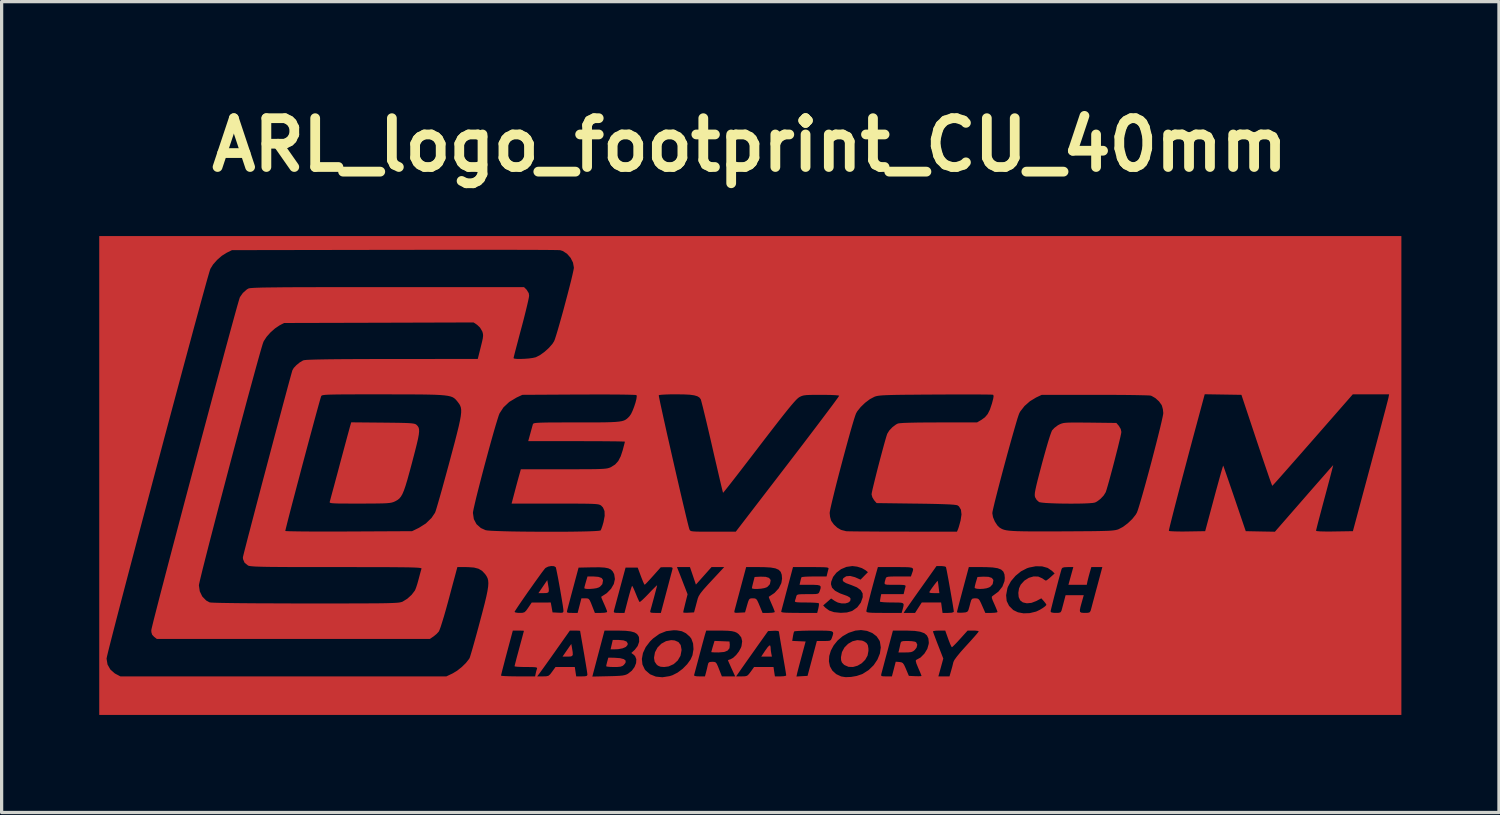
<source format=kicad_pcb>
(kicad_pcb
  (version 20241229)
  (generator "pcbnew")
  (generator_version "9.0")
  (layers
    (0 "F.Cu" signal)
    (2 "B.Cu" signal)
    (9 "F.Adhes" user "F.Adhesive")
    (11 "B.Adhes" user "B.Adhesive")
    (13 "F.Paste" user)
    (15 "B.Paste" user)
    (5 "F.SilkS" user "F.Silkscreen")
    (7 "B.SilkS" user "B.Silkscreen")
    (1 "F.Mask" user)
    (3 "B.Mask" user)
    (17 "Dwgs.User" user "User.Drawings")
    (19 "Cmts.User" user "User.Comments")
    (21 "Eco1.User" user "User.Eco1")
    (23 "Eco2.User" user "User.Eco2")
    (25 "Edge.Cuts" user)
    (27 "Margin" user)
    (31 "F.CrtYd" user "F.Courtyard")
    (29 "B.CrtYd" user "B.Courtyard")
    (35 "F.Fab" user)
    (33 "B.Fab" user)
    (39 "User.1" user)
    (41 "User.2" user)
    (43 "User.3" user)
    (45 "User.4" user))
  (footprint "ARL_logo_footprint_CU_40mm"
    (layer "F.Cu")
    (at 19.994 11.564)
    (property "Reference" "ARL_logo_footprint_CU_40mm" (at 0 -10.16 0) (layer "F.SilkS") (effects (font (size 1.5 1.5) (thickness 0.3))))
    (attr board_only exclude_from_pos_files exclude_from_bom)
    (fp_poly (pts (xy -6.201 3.343) (xy -6.179 3.474) (xy -6.176 3.554) (xy -6.197 3.596) (xy -6.249 3.612) (xy -6.335 3.615) (xy -6.496 3.615) (xy -6.36 3.415) (xy -6.224 3.215)) (stroke (width 0) (type solid)) (fill yes) (layer "F.Cu"))
    (fp_poly (pts (xy -5.464 5.299) (xy -5.443 5.429) (xy -5.44 5.508) (xy -5.462 5.548) (xy -5.516 5.564) (xy -5.597 5.566) (xy -5.755 5.566) (xy -5.621 5.371) (xy -5.486 5.177)) (stroke (width 0) (type solid)) (fill yes) (layer "F.Cu"))
    (fp_poly (pts (xy 0.64 5.277) (xy 0.64 5.29) (xy 0.646 5.378) (xy 0.66 5.466) (xy 0.68 5.566) (xy 0.516 5.566) (xy 0.351 5.566) (xy 0.468 5.39) (xy 0.546 5.281) (xy 0.598 5.227) (xy 0.628 5.226)) (stroke (width 0) (type solid)) (fill yes) (layer "F.Cu"))
    (fp_poly (pts (xy -3.881 5.067) (xy -3.787 5.103) (xy -3.751 5.164) (xy -3.757 5.208) (xy -3.807 5.267) (xy -3.908 5.312) (xy -4.048 5.338) (xy -4.146 5.342) (xy -4.278 5.342) (xy -4.245 5.198) (xy -4.212 5.054) (xy -4.031 5.054)) (stroke (width 0) (type solid)) (fill yes) (layer "F.Cu"))
    (fp_poly (pts (xy 5.782 3.272) (xy 5.794 3.351) (xy 5.804 3.431) (xy 5.827 3.615) (xy 5.663 3.615) (xy 5.564 3.611) (xy 5.521 3.597) (xy 5.521 3.575) (xy 5.56 3.515) (xy 5.615 3.436) (xy 5.676 3.354) (xy 5.73 3.285) (xy 5.766 3.243) (xy 5.774 3.237)) (stroke (width 0) (type solid)) (fill yes) (layer "F.Cu"))
    (fp_poly (pts (xy -0.854 5.093) (xy -0.624 5.102) (xy -0.614 5.203) (xy -0.624 5.309) (xy -0.682 5.381) (xy -0.791 5.424) (xy -0.955 5.438) (xy -0.966 5.438) (xy -1.074 5.437) (xy -1.153 5.433) (xy -1.184 5.428) (xy -1.184 5.428) (xy -1.175 5.394) (xy -1.154 5.318) (xy -1.134 5.251) (xy -1.084 5.084)) (stroke (width 0) (type solid)) (fill yes) (layer "F.Cu"))
    (fp_poly (pts (xy -4.654 3.115) (xy -4.555 3.149) (xy -4.513 3.209) (xy -4.511 3.229) (xy -4.532 3.34) (xy -4.604 3.418) (xy -4.641 3.44) (xy -4.71 3.463) (xy -4.806 3.478) (xy -4.911 3.486) (xy -5.005 3.486) (xy -5.069 3.476) (xy -5.086 3.461) (xy -5.078 3.417) (xy -5.056 3.335) (xy -5.037 3.269) (xy -4.988 3.103) (xy -4.811 3.103)) (stroke (width 0) (type solid)) (fill yes) (layer "F.Cu"))
    (fp_poly (pts (xy -4.165 5.601) (xy -3.988 5.614) (xy -3.87 5.644) (xy -3.814 5.691) (xy -3.819 5.755) (xy -3.869 5.82) (xy -3.915 5.855) (xy -3.977 5.876) (xy -4.073 5.885) (xy -4.175 5.886) (xy -4.289 5.883) (xy -4.374 5.875) (xy -4.413 5.864) (xy -4.414 5.862) (xy -4.406 5.818) (xy -4.387 5.74) (xy -4.381 5.718) (xy -4.348 5.598)) (stroke (width 0) (type solid)) (fill yes) (layer "F.Cu"))
    (fp_poly (pts (xy 0.486 3.114) (xy 0.59 3.146) (xy 0.637 3.205) (xy 0.64 3.229) (xy 0.618 3.34) (xy 0.547 3.418) (xy 0.51 3.44) (xy 0.442 3.462) (xy 0.346 3.478) (xy 0.242 3.486) (xy 0.148 3.486) (xy 0.083 3.477) (xy 0.065 3.463) (xy 0.072 3.42) (xy 0.092 3.338) (xy 0.107 3.279) (xy 0.148 3.119) (xy 0.329 3.109)) (stroke (width 0) (type solid)) (fill yes) (layer "F.Cu"))
    (fp_poly (pts (xy 7.333 3.114) (xy 7.436 3.146) (xy 7.483 3.205) (xy 7.486 3.229) (xy 7.464 3.34) (xy 7.393 3.418) (xy 7.355 3.44) (xy 7.277 3.466) (xy 7.176 3.482) (xy 7.071 3.487) (xy 6.98 3.481) (xy 6.922 3.464) (xy 6.91 3.447) (xy 6.919 3.394) (xy 6.941 3.306) (xy 6.954 3.263) (xy 6.997 3.119) (xy 7.176 3.109)) (stroke (width 0) (type solid)) (fill yes) (layer "F.Cu"))
    (fp_poly (pts (xy 4.982 5.092) (xy 5.073 5.107) (xy 5.112 5.125) (xy 5.148 5.2) (xy 5.126 5.289) (xy 5.072 5.36) (xy 5.019 5.403) (xy 4.958 5.427) (xy 4.867 5.437) (xy 4.78 5.438) (xy 4.568 5.438) (xy 4.589 5.355) (xy 4.612 5.256) (xy 4.628 5.179) (xy 4.641 5.13) (xy 4.665 5.102) (xy 4.716 5.09) (xy 4.809 5.086) (xy 4.86 5.086)) (stroke (width 0) (type solid)) (fill yes) (layer "F.Cu"))
    (fp_poly (pts (xy -2.309 5.069) (xy -2.193 5.119) (xy -2.124 5.21) (xy -2.098 5.346) (xy -2.098 5.375) (xy -2.13 5.541) (xy -2.214 5.685) (xy -2.34 5.798) (xy -2.495 5.868) (xy -2.633 5.886) (xy -2.745 5.877) (xy -2.823 5.844) (xy -2.865 5.808) (xy -2.924 5.721) (xy -2.943 5.609) (xy -2.943 5.598) (xy -2.914 5.433) (xy -2.836 5.287) (xy -2.719 5.17) (xy -2.575 5.091) (xy -2.416 5.059)) (stroke (width 0) (type solid)) (fill yes) (layer "F.Cu"))
    (fp_poly (pts (xy 3.45 5.074) (xy 3.517 5.101) (xy 3.589 5.15) (xy 3.629 5.215) (xy 3.645 5.314) (xy 3.647 5.388) (xy 3.62 5.534) (xy 3.547 5.664) (xy 3.441 5.77) (xy 3.312 5.846) (xy 3.173 5.885) (xy 3.036 5.881) (xy 2.912 5.827) (xy 2.889 5.809) (xy 2.831 5.747) (xy 2.806 5.676) (xy 2.802 5.586) (xy 2.833 5.426) (xy 2.909 5.286) (xy 3.021 5.173) (xy 3.156 5.095) (xy 3.303 5.06)) (stroke (width 0) (type solid)) (fill yes) (layer "F.Cu"))
    (fp_poly (pts (xy -11.278 -1.625) (xy -11.002 -1.622) (xy -10.782 -1.619) (xy -10.612 -1.615) (xy -10.484 -1.61) (xy -10.392 -1.603) (xy -10.329 -1.594) (xy -10.286 -1.583) (xy -10.258 -1.569) (xy -10.242 -1.556) (xy -10.206 -1.519) (xy -10.18 -1.477) (xy -10.165 -1.424) (xy -10.163 -1.352) (xy -10.173 -1.254) (xy -10.197 -1.125) (xy -10.236 -0.957) (xy -10.29 -0.742) (xy -10.36 -0.475) (xy -10.381 -0.393) (xy -10.459 -0.104) (xy -10.524 0.131) (xy -10.58 0.317) (xy -10.63 0.461) (xy -10.676 0.569) (xy -10.723 0.65) (xy -10.771 0.708) (xy -10.826 0.752) (xy -10.89 0.788) (xy -10.921 0.803) (xy -10.964 0.82) (xy -11.014 0.834) (xy -11.078 0.844) (xy -11.165 0.852) (xy -11.281 0.857) (xy -11.435 0.86) (xy -11.635 0.862) (xy -11.889 0.863) (xy -11.99 0.863) (xy -12.26 0.863) (xy -12.472 0.862) (xy -12.633 0.861) (xy -12.751 0.857) (xy -12.83 0.852) (xy -12.88 0.845) (xy -12.905 0.834) (xy -12.912 0.821) (xy -12.91 0.806) (xy -12.897 0.762) (xy -12.871 0.664) (xy -12.832 0.519) (xy -12.782 0.336) (xy -12.725 0.123) (xy -12.661 -0.114) (xy -12.619 -0.274) (xy -12.551 -0.528) (xy -12.486 -0.769) (xy -12.427 -0.989) (xy -12.376 -1.179) (xy -12.335 -1.329) (xy -12.307 -1.432) (xy -12.298 -1.465) (xy -12.25 -1.634)) (stroke (width 0) (type solid)) (fill yes) (layer "F.Cu"))
    (fp_poly (pts (xy 10.108 -1.628) (xy 10.33 -1.626) (xy 10.456 -1.625) (xy 11.266 -1.615) (xy 11.343 -1.526) (xy 11.401 -1.429) (xy 11.42 -1.339) (xy 11.412 -1.287) (xy 11.39 -1.183) (xy 11.355 -1.037) (xy 11.312 -0.859) (xy 11.261 -0.66) (xy 11.207 -0.448) (xy 11.151 -0.235) (xy 11.096 -0.03) (xy 11.045 0.158) (xy 11 0.317) (xy 10.964 0.439) (xy 10.939 0.513) (xy 10.938 0.516) (xy 10.876 0.615) (xy 10.779 0.718) (xy 10.67 0.8) (xy 10.611 0.83) (xy 10.543 0.843) (xy 10.424 0.853) (xy 10.265 0.86) (xy 10.078 0.864) (xy 9.873 0.865) (xy 9.662 0.864) (xy 9.456 0.86) (xy 9.266 0.853) (xy 9.102 0.845) (xy 8.977 0.833) (xy 8.901 0.82) (xy 8.889 0.815) (xy 8.818 0.752) (xy 8.768 0.667) (xy 8.76 0.631) (xy 8.758 0.586) (xy 8.763 0.522) (xy 8.779 0.435) (xy 8.805 0.315) (xy 8.843 0.157) (xy 8.896 -0.047) (xy 8.964 -0.304) (xy 8.979 -0.362) (xy 9.045 -0.603) (xy 9.108 -0.827) (xy 9.166 -1.026) (xy 9.217 -1.19) (xy 9.259 -1.311) (xy 9.287 -1.38) (xy 9.292 -1.388) (xy 9.361 -1.463) (xy 9.459 -1.537) (xy 9.501 -1.561) (xy 9.547 -1.583) (xy 9.593 -1.6) (xy 9.646 -1.613) (xy 9.715 -1.621) (xy 9.809 -1.626) (xy 9.937 -1.628)) (stroke (width 0) (type solid)) (fill yes) (layer "F.Cu"))
    (pad "1" smd custom (at 10.16 -5.08) (size 1.524 1.524) (layers "F.Cu" "F.Mask" "F.Paste") (options (anchor circle)) (primitives (gr_poly (pts (xy 9.866 5.08) (xy 9.866 12.438) (xy -10.144 12.438) (xy -30.154 12.438) (xy -30.154 11.26) (xy -14.999 11.26) (xy -14.507 11.249) (xy -14.313 11.244) (xy -14.17 11.237) (xy -14.068 11.227) (xy -13.995 11.212) (xy -13.939 11.191) (xy -13.903 11.172) (xy -13.786 11.08) (xy -13.702 10.966) (xy -13.654 10.845) (xy -13.647 10.729) (xy -13.651 10.717) (xy -13.477 10.717) (xy -13.459 10.889) (xy -13.387 11.04) (xy -13.365 11.068) (xy -13.223 11.19) (xy -13.047 11.261) (xy -12.846 11.281) (xy -12.628 11.247) (xy -12.536 11.218) (xy -12.528 11.214) (xy -11.872 11.214) (xy -11.86 11.239) (xy -11.796 11.251) (xy -11.712 11.254) (xy -11.538 11.254) (xy -11.505 11.132) (xy -11.477 11.021) (xy -11.453 10.915) (xy -11.452 10.908) (xy -11.432 10.841) (xy -11.393 10.812) (xy -11.313 10.806) (xy -11.313 10.806) (xy -11.251 10.809) (xy -11.21 10.824) (xy -11.176 10.866) (xy -11.139 10.946) (xy -11.106 11.03) (xy -11.018 11.254) (xy -10.814 11.254) (xy -10.609 11.254) (xy -10.58 11.254) (xy -10.407 11.254) (xy -10.306 11.251) (xy -10.242 11.234) (xy -10.191 11.188) (xy -10.131 11.11) (xy -10.028 10.966) (xy -9.73 10.966) (xy -9.431 10.966) (xy -9.41 11.11) (xy -9.388 11.254) (xy -9.214 11.254) (xy -9.119 11.249) (xy -9.055 11.236) (xy -9.04 11.223) (xy -9.046 11.184) (xy -9.06 11.091) (xy -9.083 10.955) (xy -9.112 10.787) (xy -9.145 10.594) (xy -9.152 10.55) (xy -9.186 10.354) (xy -9.216 10.179) (xy -9.219 10.163) (xy -8.856 10.163) (xy -8.65 10.173) (xy -8.444 10.182) (xy -8.565 10.63) (xy -8.61 10.798) (xy -8.651 10.95) (xy -8.683 11.074) (xy -8.703 11.153) (xy -8.706 11.168) (xy -8.726 11.258) (xy -8.556 11.248) (xy -8.385 11.238) (xy -8.265 10.79) (xy -7.728 10.79) (xy -7.698 10.942) (xy -7.623 11.076) (xy -7.503 11.185) (xy -7.352 11.256) (xy -7.216 11.278) (xy -7.048 11.271) (xy -6.872 11.24) (xy -6.823 11.223) (xy -6.124 11.223) (xy -6.106 11.245) (xy -6.049 11.253) (xy -5.964 11.254) (xy -5.792 11.254) (xy -5.733 11.028) (xy -5.675 10.803) (xy -5.561 10.812) (xy -5.499 10.822) (xy -5.456 10.846) (xy -5.419 10.898) (xy -5.375 10.992) (xy -5.359 11.03) (xy -5.271 11.238) (xy -5.076 11.248) (xy -4.974 11.25) (xy -4.904 11.247) (xy -4.882 11.24) (xy -4.894 11.205) (xy -4.926 11.126) (xy -4.972 11.02) (xy -4.984 10.993) (xy -5.039 10.858) (xy -5.06 10.777) (xy -5.05 10.75) (xy -4.913 10.675) (xy -4.793 10.554) (xy -4.704 10.408) (xy -4.661 10.254) (xy -4.658 10.214) (xy -4.671 10.09) (xy -4.715 9.996) (xy -4.796 9.927) (xy -4.921 9.882) (xy -4.998 9.87) (xy -4.53 9.87) (xy -4.519 9.908) (xy -4.488 9.993) (xy -4.443 10.114) (xy -4.387 10.259) (xy -4.371 10.3) (xy -4.213 10.706) (xy -4.288 10.98) (xy -4.364 11.254) (xy -4.193 11.254) (xy -4.022 11.254) (xy -3.972 11.079) (xy -3.939 10.963) (xy -3.913 10.858) (xy -3.902 10.812) (xy -3.871 10.748) (xy -3.796 10.645) (xy -3.682 10.506) (xy -3.53 10.336) (xy -3.503 10.307) (xy -3.38 10.172) (xy -3.273 10.052) (xy -3.19 9.957) (xy -3.138 9.893) (xy -3.123 9.87) (xy -3.151 9.857) (xy -3.225 9.848) (xy -3.294 9.846) (xy -3.465 9.846) (xy -3.696 10.102) (xy -3.792 10.207) (xy -3.873 10.29) (xy -3.929 10.344) (xy -3.949 10.358) (xy -3.969 10.33) (xy -4.003 10.256) (xy -4.045 10.148) (xy -4.062 10.102) (xy -4.153 9.846) (xy -4.341 9.846) (xy -4.442 9.85) (xy -4.51 9.86) (xy -4.53 9.87) (xy -4.998 9.87) (xy -5.094 9.856) (xy -5.324 9.847) (xy -5.368 9.847) (xy -5.761 9.847) (xy -5.93 10.478) (xy -5.983 10.674) (xy -6.03 10.852) (xy -6.07 11.003) (xy -6.1 11.114) (xy -6.117 11.177) (xy -6.118 11.182) (xy -6.124 11.223) (xy -6.823 11.223) (xy -6.714 11.187) (xy -6.69 11.176) (xy -6.506 11.059) (xy -6.352 10.909) (xy -6.236 10.736) (xy -6.161 10.551) (xy -6.134 10.366) (xy -6.16 10.191) (xy -6.174 10.154) (xy -6.261 10.024) (xy -6.394 9.922) (xy -6.558 9.856) (xy -6.741 9.83) (xy -6.914 9.847) (xy -7.124 9.916) (xy -7.307 10.02) (xy -7.46 10.15) (xy -7.581 10.3) (xy -7.668 10.461) (xy -7.718 10.627) (xy -7.728 10.79) (xy -8.265 10.79) (xy -8.242 10.702) (xy -8.099 10.166) (xy -7.885 10.166) (xy -7.771 10.165) (xy -7.704 10.157) (xy -7.667 10.134) (xy -7.645 10.091) (xy -7.636 10.066) (xy -7.61 9.991) (xy -7.597 9.935) (xy -7.604 9.896) (xy -7.638 9.87) (xy -7.707 9.856) (xy -7.819 9.849) (xy -7.98 9.847) (xy -8.191 9.846) (xy -8.378 9.848) (xy -8.543 9.852) (xy -8.675 9.858) (xy -8.763 9.865) (xy -8.797 9.874) (xy -8.813 9.92) (xy -8.83 10.003) (xy -8.835 10.032) (xy -8.856 10.163) (xy -9.219 10.163) (xy -9.24 10.035) (xy -9.257 9.932) (xy -9.264 9.879) (xy -9.264 9.876) (xy -9.294 9.858) (xy -9.372 9.851) (xy -9.431 9.853) (xy -9.598 9.862) (xy -9.928 10.326) (xy -10.049 10.498) (xy -10.171 10.67) (xy -10.284 10.83) (xy -10.376 10.961) (xy -10.419 11.022) (xy -10.58 11.254) (xy -10.609 11.254) (xy -10.721 11.01) (xy -10.771 10.898) (xy -10.81 10.811) (xy -10.83 10.763) (xy -10.832 10.758) (xy -10.805 10.744) (xy -10.756 10.73) (xy -10.672 10.684) (xy -10.579 10.597) (xy -10.494 10.487) (xy -10.432 10.372) (xy -10.415 10.324) (xy -10.394 10.174) (xy -10.423 10.055) (xy -10.498 9.96) (xy -10.554 9.916) (xy -10.622 9.885) (xy -10.712 9.864) (xy -10.835 9.852) (xy -11.004 9.847) (xy -11.137 9.846) (xy -11.499 9.846) (xy -11.531 9.95) (xy -11.55 10.015) (xy -11.581 10.129) (xy -11.622 10.28) (xy -11.669 10.456) (xy -11.711 10.614) (xy -11.759 10.796) (xy -11.803 10.958) (xy -11.838 11.089) (xy -11.862 11.178) (xy -11.872 11.214) (xy -12.528 11.214) (xy -12.379 11.138) (xy -12.223 11.021) (xy -12.085 10.881) (xy -11.978 10.733) (xy -11.922 10.606) (xy -11.89 10.417) (xy -11.903 10.242) (xy -11.956 10.097) (xy -12.003 10.034) (xy -12.123 9.928) (xy -12.249 9.866) (xy -12.402 9.839) (xy -12.501 9.836) (xy -12.729 9.864) (xy -12.938 9.948) (xy -13.134 10.09) (xy -13.224 10.178) (xy -13.358 10.353) (xy -13.443 10.535) (xy -13.477 10.717) (xy -13.651 10.717) (xy -13.685 10.631) (xy -13.724 10.592) (xy -13.801 10.534) (xy -13.694 10.436) (xy -13.606 10.321) (xy -13.56 10.19) (xy -13.564 10.061) (xy -13.579 10.018) (xy -13.625 9.952) (xy -13.701 9.904) (xy -13.814 9.872) (xy -13.972 9.853) (xy -14.184 9.847) (xy -14.231 9.846) (xy -14.625 9.846) (xy -14.793 10.479) (xy -14.845 10.675) (xy -14.892 10.854) (xy -14.932 11.005) (xy -14.962 11.117) (xy -14.979 11.18) (xy -14.98 11.186) (xy -14.999 11.26) (xy -30.154 11.26) (xy -30.154 10.709) (xy -29.929 10.709) (xy -29.899 10.889) (xy -29.812 11.043) (xy -29.677 11.162) (xy -29.645 11.18) (xy -29.504 11.254) (xy -24.494 11.254) (xy -19.485 11.254) (xy -19.435 11.23) (xy -17.806 11.23) (xy -17.776 11.238) (xy -17.692 11.245) (xy -17.565 11.25) (xy -17.407 11.253) (xy -17.282 11.254) (xy -16.758 11.254) (xy -16.694 11.254) (xy -16.516 11.254) (xy -16.412 11.251) (xy -16.347 11.235) (xy -16.296 11.191) (xy -16.235 11.11) (xy -16.131 10.966) (xy -15.835 10.966) (xy -15.538 10.966) (xy -15.517 11.11) (xy -15.495 11.254) (xy -15.323 11.254) (xy -15.221 11.251) (xy -15.169 11.237) (xy -15.151 11.209) (xy -15.151 11.198) (xy -15.156 11.151) (xy -15.171 11.05) (xy -15.194 10.908) (xy -15.223 10.735) (xy -15.256 10.54) (xy -15.263 10.502) (xy -15.296 10.309) (xy -15.326 10.138) (xy -15.35 9.999) (xy -15.367 9.902) (xy -15.374 9.857) (xy -15.374 9.855) (xy -15.403 9.85) (xy -15.477 9.847) (xy -15.532 9.846) (xy -15.689 9.846) (xy -16.113 10.446) (xy -16.239 10.625) (xy -16.358 10.792) (xy -16.462 10.938) (xy -16.545 11.053) (xy -16.601 11.13) (xy -16.615 11.15) (xy -16.694 11.254) (xy -16.758 11.254) (xy -16.74 11.166) (xy -16.719 11.079) (xy -16.701 11.022) (xy -16.696 10.998) (xy -16.712 10.982) (xy -16.759 10.972) (xy -16.847 10.968) (xy -16.985 10.966) (xy -17.034 10.966) (xy -17.177 10.964) (xy -17.292 10.959) (xy -17.367 10.951) (xy -17.39 10.942) (xy -17.382 10.905) (xy -17.359 10.816) (xy -17.326 10.687) (xy -17.283 10.529) (xy -17.246 10.39) (xy -17.199 10.217) (xy -17.158 10.066) (xy -17.127 9.949) (xy -17.107 9.875) (xy -17.102 9.854) (xy -17.131 9.85) (xy -17.205 9.847) (xy -17.272 9.846) (xy -17.443 9.846) (xy -17.625 10.526) (xy -17.678 10.726) (xy -17.724 10.904) (xy -17.763 11.052) (xy -17.79 11.161) (xy -17.805 11.221) (xy -17.806 11.23) (xy -19.435 11.23) (xy -19.293 11.163) (xy -19.157 11.081) (xy -19.014 10.968) (xy -18.885 10.842) (xy -18.79 10.721) (xy -18.771 10.69) (xy -18.755 10.644) (xy -18.725 10.545) (xy -18.682 10.399) (xy -18.63 10.214) (xy -18.57 9.999) (xy -18.505 9.76) (xy -18.46 9.591) (xy -18.376 9.276) (xy -18.375 9.272) (xy -17.39 9.272) (xy -17.361 9.29) (xy -17.288 9.301) (xy -17.234 9.303) (xy -17.145 9.3) (xy -17.086 9.282) (xy -17.037 9.238) (xy -16.976 9.153) (xy -16.97 9.144) (xy -16.862 8.984) (xy -16.569 8.984) (xy -16.277 8.983) (xy -16.249 9.135) (xy -16.222 9.287) (xy -16.054 9.296) (xy -15.956 9.3) (xy -15.906 9.291) (xy -15.889 9.266) (xy -15.78 9.266) (xy -15.767 9.292) (xy -15.718 9.301) (xy -15.621 9.303) (xy -15.451 9.303) (xy -15.393 9.079) (xy -15.335 8.855) (xy -15.216 8.855) (xy -15.154 8.857) (xy -15.112 8.873) (xy -15.079 8.915) (xy -15.042 8.995) (xy -15.009 9.079) (xy -14.921 9.303) (xy -14.732 9.303) (xy -14.628 9.298) (xy -14.56 9.284) (xy -14.546 9.272) (xy -14.34 9.272) (xy -14.321 9.294) (xy -14.262 9.302) (xy -14.182 9.303) (xy -14.011 9.303) (xy -13.903 8.887) (xy -13.862 8.734) (xy -13.825 8.607) (xy -13.796 8.516) (xy -13.779 8.473) (xy -13.777 8.471) (xy -13.757 8.499) (xy -13.722 8.572) (xy -13.678 8.677) (xy -13.663 8.714) (xy -13.616 8.828) (xy -13.576 8.917) (xy -13.55 8.965) (xy -13.546 8.969) (xy -13.518 8.953) (xy -13.455 8.898) (xy -13.367 8.813) (xy -13.266 8.709) (xy -13.166 8.604) (xy -13.083 8.521) (xy -13.028 8.468) (xy -13.007 8.453) (xy -13.007 8.453) (xy -13.015 8.488) (xy -13.036 8.571) (xy -13.067 8.687) (xy -13.103 8.824) (xy -13.142 8.967) (xy -13.179 9.103) (xy -13.211 9.217) (xy -13.219 9.247) (xy -13.22 9.279) (xy -13.19 9.296) (xy -13.116 9.302) (xy -13.064 9.303) (xy -12.893 9.303) (xy -12.725 8.67) (xy -12.673 8.474) (xy -12.626 8.296) (xy -12.586 8.146) (xy -12.556 8.034) (xy -12.54 7.972) (xy -12.538 7.966) (xy -12.532 7.927) (xy -12.549 7.906) (xy -12.603 7.898) (xy -12.707 7.898) (xy -12.707 7.898) (xy -12.895 7.9) (xy -13.135 8.169) (xy -13.232 8.276) (xy -13.313 8.363) (xy -13.37 8.421) (xy -13.392 8.438) (xy -13.41 8.411) (xy -13.443 8.337) (xy -13.486 8.229) (xy -13.507 8.175) (xy -13.605 7.911) (xy -13.791 7.911) (xy -13.978 7.911) (xy -14.147 8.535) (xy -14.199 8.729) (xy -14.247 8.906) (xy -14.287 9.055) (xy -14.317 9.166) (xy -14.333 9.226) (xy -14.334 9.231) (xy -14.34 9.272) (xy -14.546 9.272) (xy -14.543 9.27) (xy -14.555 9.226) (xy -14.588 9.142) (xy -14.634 9.035) (xy -14.639 9.025) (xy -14.684 8.922) (xy -14.716 8.845) (xy -14.727 8.809) (xy -14.727 8.808) (xy -14.555 8.696) (xy -14.424 8.561) (xy -14.339 8.414) (xy -14.305 8.263) (xy -14.327 8.118) (xy -14.332 8.105) (xy -14.373 8.027) (xy -14.429 7.97) (xy -14.51 7.932) (xy -14.624 7.91) (xy -14.782 7.901) (xy -14.993 7.902) (xy -14.999 7.902) (xy -15.422 7.911) (xy -15.585 8.519) (xy -15.637 8.712) (xy -15.684 8.89) (xy -15.724 9.04) (xy -15.753 9.151) (xy -15.769 9.213) (xy -15.77 9.215) (xy -15.78 9.266) (xy -15.889 9.266) (xy -15.889 9.265) (xy -15.887 9.232) (xy -15.893 9.174) (xy -15.908 9.067) (xy -15.931 8.925) (xy -15.959 8.758) (xy -15.99 8.579) (xy -16.022 8.4) (xy -16.053 8.231) (xy -16.082 8.085) (xy -16.105 7.974) (xy -16.12 7.909) (xy -16.125 7.898) (xy -16.129 7.895) (xy -12.398 7.895) (xy -12.331 8.063) (xy -12.286 8.177) (xy -12.23 8.322) (xy -12.174 8.468) (xy -12.168 8.481) (xy -12.072 8.73) (xy -12.14 8.999) (xy -12.17 9.123) (xy -12.194 9.221) (xy -12.206 9.279) (xy -12.207 9.287) (xy -12.179 9.296) (xy -12.105 9.299) (xy -12.04 9.296) (xy -11.873 9.287) (xy -11.87 9.275) (xy -10.636 9.275) (xy -10.62 9.296) (xy -10.566 9.3) (xy -10.477 9.296) (xy -10.306 9.287) (xy -10.244 9.071) (xy -10.211 8.958) (xy -10.184 8.894) (xy -10.153 8.864) (xy -10.106 8.855) (xy -10.067 8.855) (xy -10.008 8.858) (xy -9.966 8.875) (xy -9.932 8.918) (xy -9.893 9) (xy -9.86 9.079) (xy -9.768 9.303) (xy -9.58 9.303) (xy -9.48 9.298) (xy -9.412 9.287) (xy -9.392 9.274) (xy -9.396 9.261) (xy -9.195 9.261) (xy -9.186 9.277) (xy -9.147 9.288) (xy -9.07 9.296) (xy -8.947 9.3) (xy -8.772 9.302) (xy -8.647 9.303) (xy -8.088 9.303) (xy -8.054 9.169) (xy -8.037 9.081) (xy -8.037 9.074) (xy -7.905 9.074) (xy -7.832 9.148) (xy -7.72 9.23) (xy -7.572 9.28) (xy -7.377 9.3) (xy -7.347 9.3) (xy -7.177 9.29) (xy -7.038 9.251) (xy -6.577 9.251) (xy -6.571 9.27) (xy -6.545 9.284) (xy -6.492 9.293) (xy -6.402 9.299) (xy -6.268 9.302) (xy -6.08 9.303) (xy -6.035 9.303) (xy -5.492 9.303) (xy -5.432 9.303) (xy -5.256 9.303) (xy -5.08 9.303) (xy -4.978 9.143) (xy -4.875 8.983) (xy -4.577 8.983) (xy -4.28 8.983) (xy -4.258 9.143) (xy -4.236 9.303) (xy -4.063 9.303) (xy -3.949 9.296) (xy -3.915 9.283) (xy -3.794 9.283) (xy -3.765 9.294) (xy -3.692 9.298) (xy -3.629 9.296) (xy -3.528 9.287) (xy -3.474 9.267) (xy -3.446 9.227) (xy -3.438 9.207) (xy -3.414 9.124) (xy -3.386 9.018) (xy -3.379 8.991) (xy -3.353 8.906) (xy -3.32 8.866) (xy -3.263 8.855) (xy -3.231 8.855) (xy -3.173 8.858) (xy -3.131 8.876) (xy -3.095 8.92) (xy -3.053 9.004) (xy -3.02 9.079) (xy -2.921 9.303) (xy -2.734 9.303) (xy -2.634 9.298) (xy -2.566 9.287) (xy -2.546 9.275) (xy -2.559 9.234) (xy -2.592 9.152) (xy -2.638 9.045) (xy -2.646 9.028) (xy -2.696 8.915) (xy -2.72 8.847) (xy -2.721 8.807) (xy -2.702 8.784) (xy -2.689 8.776) (xy -2.668 8.76) (xy -2.282 8.76) (xy -2.265 8.936) (xy -2.191 9.087) (xy -2.061 9.216) (xy -1.921 9.284) (xy -1.748 9.316) (xy -1.558 9.31) (xy -1.372 9.265) (xy -1.349 9.257) (xy -0.915 9.257) (xy -0.895 9.286) (xy -0.83 9.3) (xy -0.756 9.303) (xy -0.661 9.3) (xy -0.61 9.284) (xy -0.583 9.243) (xy -0.566 9.183) (xy -0.537 9.075) (xy -0.504 8.949) (xy -0.494 8.911) (xy -0.454 8.759) (xy -0.175 8.759) (xy 0.104 8.759) (xy 0.043 8.975) (xy 0.003 9.12) (xy -0.016 9.214) (xy -0.01 9.269) (xy 0.024 9.294) (xy 0.089 9.302) (xy 0.14 9.303) (xy 0.234 9.3) (xy 0.285 9.284) (xy 0.313 9.243) (xy 0.33 9.183) (xy 0.349 9.114) (xy 0.38 8.995) (xy 0.422 8.84) (xy 0.47 8.659) (xy 0.519 8.479) (xy 0.675 7.895) (xy 0.506 7.895) (xy 0.337 7.895) (xy 0.286 8.07) (xy 0.254 8.187) (xy 0.227 8.295) (xy 0.216 8.342) (xy 0.197 8.439) (xy -0.085 8.439) (xy -0.367 8.439) (xy -0.292 8.167) (xy -0.217 7.895) (xy -0.388 7.895) (xy -0.494 7.9) (xy -0.551 7.917) (xy -0.576 7.951) (xy -0.601 8.037) (xy -0.636 8.164) (xy -0.678 8.319) (xy -0.723 8.492) (xy -0.77 8.671) (xy -0.815 8.844) (xy -0.854 9.001) (xy -0.886 9.129) (xy -0.908 9.219) (xy -0.915 9.257) (xy -1.349 9.257) (xy -1.337 9.252) (xy -1.245 9.207) (xy -1.155 9.153) (xy -1.082 9.099) (xy -1.045 9.059) (xy -1.044 9.053) (xy -1.064 9.016) (xy -1.112 8.955) (xy -1.122 8.943) (xy -1.2 8.855) (xy -1.353 8.937) (xy -1.502 8.994) (xy -1.645 9.008) (xy -1.768 8.98) (xy -1.849 8.918) (xy -1.896 8.817) (xy -1.907 8.686) (xy -1.885 8.549) (xy -1.834 8.436) (xy -1.721 8.311) (xy -1.584 8.225) (xy -1.437 8.182) (xy -1.295 8.186) (xy -1.17 8.241) (xy -1.162 8.247) (xy -1.099 8.291) (xy -1.059 8.311) (xy -1.058 8.311) (xy -1.023 8.291) (xy -0.958 8.241) (xy -0.913 8.201) (xy -0.791 8.091) (xy -0.873 8.01) (xy -1.006 7.92) (xy -1.175 7.873) (xy -1.37 7.869) (xy -1.578 7.91) (xy -1.641 7.931) (xy -1.825 8.026) (xy -1.994 8.164) (xy -2.134 8.329) (xy -2.229 8.506) (xy -2.244 8.552) (xy -2.282 8.76) (xy -2.668 8.76) (xy -2.517 8.648) (xy -2.397 8.496) (xy -2.332 8.328) (xy -2.322 8.23) (xy -2.333 8.118) (xy -2.368 8.033) (xy -2.435 7.971) (xy -2.542 7.93) (xy -2.695 7.906) (xy -2.9 7.896) (xy -3.018 7.895) (xy -3.428 7.895) (xy -3.611 8.578) (xy -3.664 8.777) (xy -3.711 8.956) (xy -3.75 9.104) (xy -3.778 9.214) (xy -3.792 9.274) (xy -3.794 9.283) (xy -3.915 9.283) (xy -3.895 9.276) (xy -3.89 9.262) (xy -3.895 9.214) (xy -3.91 9.117) (xy -3.932 8.981) (xy -3.96 8.818) (xy -3.991 8.641) (xy -4.023 8.459) (xy -4.054 8.284) (xy -4.083 8.129) (xy -4.107 8.004) (xy -4.125 7.92) (xy -4.133 7.89) (xy -4.172 7.874) (xy -4.252 7.864) (xy -4.285 7.863) (xy -4.421 7.863) (xy -4.867 8.492) (xy -4.996 8.673) (xy -5.115 8.842) (xy -5.218 8.989) (xy -5.3 9.107) (xy -5.355 9.186) (xy -5.373 9.212) (xy -5.432 9.303) (xy -5.492 9.303) (xy -5.459 9.183) (xy -5.437 9.099) (xy -5.431 9.042) (xy -5.45 9.008) (xy -5.504 8.99) (xy -5.602 8.984) (xy -5.752 8.983) (xy -5.793 8.983) (xy -5.938 8.98) (xy -6.056 8.974) (xy -6.135 8.965) (xy -6.161 8.955) (xy -6.155 8.906) (xy -6.141 8.828) (xy -6.141 8.827) (xy -6.121 8.727) (xy -5.777 8.727) (xy -5.432 8.727) (xy -5.411 8.639) (xy -5.39 8.552) (xy -5.374 8.495) (xy -5.372 8.47) (xy -5.391 8.454) (xy -5.441 8.444) (xy -5.532 8.44) (xy -5.676 8.439) (xy -5.697 8.439) (xy -5.85 8.439) (xy -5.947 8.436) (xy -6.001 8.423) (xy -6.019 8.394) (xy -6.011 8.343) (xy -5.988 8.264) (xy -5.986 8.255) (xy -5.974 8.224) (xy -5.952 8.204) (xy -5.908 8.192) (xy -5.831 8.186) (xy -5.711 8.183) (xy -5.586 8.183) (xy -5.208 8.183) (xy -5.173 8.082) (xy -5.15 8.016) (xy -5.14 7.967) (xy -5.152 7.933) (xy -5.191 7.912) (xy -5.268 7.901) (xy -5.388 7.896) (xy -5.561 7.895) (xy -5.681 7.895) (xy -6.223 7.895) (xy -6.271 8.063) (xy -6.325 8.258) (xy -6.38 8.46) (xy -6.433 8.659) (xy -6.481 8.846) (xy -6.522 9.008) (xy -6.554 9.137) (xy -6.573 9.223) (xy -6.577 9.251) (xy -7.038 9.251) (xy -7.037 9.251) (xy -7.001 9.235) (xy -6.856 9.131) (xy -6.747 8.986) (xy -6.689 8.82) (xy -6.692 8.703) (xy -6.751 8.603) (xy -6.867 8.518) (xy -7.043 8.446) (xy -7.058 8.441) (xy -7.199 8.389) (xy -7.281 8.341) (xy -7.308 8.291) (xy -7.285 8.236) (xy -7.282 8.233) (xy -7.196 8.177) (xy -7.076 8.167) (xy -6.932 8.204) (xy -6.908 8.214) (xy -6.756 8.281) (xy -6.643 8.166) (xy -6.529 8.051) (xy -6.604 7.99) (xy -6.716 7.926) (xy -6.861 7.881) (xy -7.009 7.863) (xy -7.19 7.889) (xy -7.357 7.96) (xy -7.497 8.066) (xy -7.601 8.198) (xy -7.658 8.347) (xy -7.665 8.42) (xy -7.633 8.527) (xy -7.54 8.622) (xy -7.386 8.703) (xy -7.297 8.735) (xy -7.168 8.782) (xy -7.092 8.824) (xy -7.062 8.865) (xy -7.062 8.869) (xy -7.075 8.938) (xy -7.135 8.987) (xy -7.228 9.012) (xy -7.339 9.011) (xy -7.455 8.984) (xy -7.546 8.937) (xy -7.66 8.86) (xy -7.782 8.967) (xy -7.905 9.074) (xy -8.037 9.074) (xy -8.033 9.02) (xy -8.036 9.009) (xy -8.073 8.998) (xy -8.16 8.99) (xy -8.284 8.985) (xy -8.422 8.983) (xy -8.581 8.982) (xy -8.686 8.978) (xy -8.746 8.97) (xy -8.772 8.956) (xy -8.773 8.936) (xy -8.772 8.932) (xy -8.748 8.86) (xy -8.733 8.804) (xy -8.722 8.769) (xy -8.7 8.747) (xy -8.657 8.734) (xy -8.579 8.729) (xy -8.455 8.727) (xy -8.38 8.727) (xy -8.231 8.726) (xy -8.134 8.723) (xy -8.075 8.713) (xy -8.042 8.695) (xy -8.024 8.665) (xy -8.016 8.645) (xy -7.986 8.557) (xy -7.98 8.498) (xy -8.008 8.463) (xy -8.078 8.446) (xy -8.197 8.44) (xy -8.307 8.439) (xy -8.63 8.439) (xy -8.607 8.335) (xy -8.588 8.257) (xy -8.572 8.208) (xy -8.571 8.207) (xy -8.535 8.198) (xy -8.449 8.19) (xy -8.324 8.185) (xy -8.178 8.183) (xy -7.8 8.183) (xy -7.779 8.095) (xy -7.757 8.008) (xy -7.741 7.951) (xy -7.739 7.931) (xy -7.754 7.916) (xy -7.792 7.906) (xy -7.864 7.9) (xy -7.977 7.897) (xy -8.14 7.895) (xy -8.278 7.895) (xy -8.832 7.895) (xy -9.008 8.557) (xy -9.061 8.755) (xy -9.108 8.934) (xy -9.148 9.082) (xy -9.177 9.192) (xy -9.193 9.253) (xy -9.195 9.261) (xy -9.396 9.261) (xy -9.405 9.232) (xy -9.437 9.149) (xy -9.483 9.043) (xy -9.489 9.029) (xy -9.534 8.925) (xy -9.566 8.847) (xy -9.577 8.81) (xy -9.577 8.809) (xy -9.4 8.69) (xy -9.269 8.547) (xy -9.19 8.387) (xy -9.168 8.249) (xy -9.178 8.131) (xy -9.21 8.041) (xy -9.273 7.977) (xy -9.373 7.934) (xy -9.518 7.908) (xy -9.715 7.897) (xy -9.863 7.895) (xy -10.272 7.895) (xy -10.441 8.527) (xy -10.493 8.723) (xy -10.541 8.901) (xy -10.581 9.052) (xy -10.611 9.164) (xy -10.628 9.227) (xy -10.629 9.233) (xy -10.636 9.275) (xy -11.87 9.275) (xy -11.834 9.143) (xy -11.801 9.018) (xy -11.767 8.891) (xy -11.761 8.866) (xy -11.731 8.79) (xy -11.675 8.7) (xy -11.585 8.587) (xy -11.454 8.441) (xy -11.433 8.418) (xy -11.315 8.291) (xy -11.203 8.171) (xy -11.11 8.071) (xy -11.048 8.004) (xy -11.043 7.999) (xy -10.947 7.895) (xy -11.142 7.895) (xy -11.336 7.895) (xy -11.576 8.164) (xy -11.816 8.433) (xy -11.907 8.164) (xy -11.999 7.895) (xy -12.198 7.895) (xy -12.398 7.895) (xy -16.129 7.895) (xy -16.177 7.867) (xy -16.262 7.862) (xy -16.356 7.88) (xy -16.434 7.919) (xy -16.452 7.935) (xy -16.494 7.988) (xy -16.564 8.08) (xy -16.653 8.204) (xy -16.758 8.349) (xy -16.87 8.508) (xy -16.986 8.671) (xy -17.097 8.831) (xy -17.199 8.979) (xy -17.284 9.105) (xy -17.348 9.202) (xy -17.384 9.26) (xy -17.39 9.272) (xy -18.375 9.272) (xy -18.309 9.016) (xy -18.258 8.804) (xy -18.223 8.634) (xy -18.202 8.499) (xy -18.195 8.392) (xy -18.201 8.306) (xy -18.219 8.236) (xy -18.25 8.174) (xy -18.291 8.114) (xy -18.294 8.11) (xy -18.387 8.011) (xy -18.496 7.946) (xy -18.637 7.909) (xy -18.821 7.896) (xy -18.873 7.895) (xy -19.147 7.895) (xy -19.184 8.031) (xy -19.202 8.099) (xy -19.234 8.218) (xy -19.278 8.379) (xy -19.33 8.573) (xy -19.387 8.788) (xy -19.439 8.981) (xy -19.501 9.204) (xy -19.56 9.41) (xy -19.615 9.589) (xy -19.661 9.734) (xy -19.698 9.833) (xy -19.719 9.877) (xy -19.787 9.951) (xy -19.874 10.023) (xy -19.885 10.03) (xy -19.99 10.102) (xy -24.188 10.102) (xy -28.386 10.102) (xy -28.47 10.036) (xy -28.528 9.974) (xy -28.552 9.895) (xy -28.554 9.835) (xy -28.546 9.792) (xy -28.522 9.692) (xy -28.484 9.537) (xy -28.432 9.333) (xy -28.368 9.083) (xy -28.293 8.791) (xy -28.207 8.461) (xy -28.205 8.456) (xy -27.091 8.456) (xy -27.064 8.64) (xy -26.987 8.799) (xy -26.867 8.922) (xy -26.763 8.979) (xy -26.715 8.985) (xy -26.606 8.99) (xy -26.435 8.995) (xy -26.206 8.999) (xy -25.92 9.003) (xy -25.578 9.006) (xy -25.182 9.009) (xy -24.733 9.01) (xy -24.234 9.012) (xy -23.82 9.012) (xy -23.325 9.012) (xy -22.891 9.012) (xy -22.512 9.012) (xy -22.185 9.011) (xy -21.906 9.01) (xy -21.67 9.009) (xy -21.474 9.007) (xy -21.313 9.004) (xy -21.184 9) (xy -21.082 8.996) (xy -21.003 8.991) (xy -20.943 8.985) (xy -20.899 8.977) (xy -20.865 8.969) (xy -20.838 8.96) (xy -20.828 8.955) (xy -20.687 8.868) (xy -20.555 8.749) (xy -20.456 8.62) (xy -20.446 8.601) (xy -20.417 8.529) (xy -20.38 8.417) (xy -20.343 8.285) (xy -20.335 8.255) (xy -20.302 8.129) (xy -20.273 8.023) (xy -20.253 7.955) (xy -20.249 7.946) (xy -20.25 7.937) (xy -20.263 7.929) (xy -20.291 7.922) (xy -20.34 7.916) (xy -20.412 7.911) (xy -20.511 7.907) (xy -20.643 7.903) (xy -20.81 7.901) (xy -21.016 7.899) (xy -21.266 7.897) (xy -21.564 7.896) (xy -21.913 7.896) (xy -22.318 7.895) (xy -22.782 7.895) (xy -22.858 7.895) (xy -23.337 7.895) (xy -23.755 7.895) (xy -24.118 7.894) (xy -24.429 7.893) (xy -24.692 7.891) (xy -24.912 7.889) (xy -25.092 7.886) (xy -25.237 7.882) (xy -25.35 7.878) (xy -25.436 7.872) (xy -25.499 7.866) (xy -25.543 7.859) (xy -25.571 7.851) (xy -25.58 7.847) (xy -25.686 7.763) (xy -25.735 7.65) (xy -25.739 7.597) (xy -25.731 7.56) (xy -25.708 7.466) (xy -25.671 7.32) (xy -25.622 7.129) (xy -25.562 6.897) (xy -25.532 6.785) (xy -24.435 6.785) (xy -24.402 6.789) (xy -24.31 6.793) (xy -24.165 6.796) (xy -23.973 6.799) (xy -23.739 6.801) (xy -23.469 6.802) (xy -23.168 6.802) (xy -22.842 6.802) (xy -22.497 6.801) (xy -22.481 6.801) (xy -20.539 6.791) (xy -20.325 6.686) (xy -20.116 6.554) (xy -19.942 6.385) (xy -19.839 6.232) (xy -18.669 6.232) (xy -18.641 6.421) (xy -18.559 6.576) (xy -18.426 6.694) (xy -18.281 6.76) (xy -18.218 6.77) (xy -18.101 6.779) (xy -17.937 6.786) (xy -17.734 6.793) (xy -17.499 6.799) (xy -17.238 6.803) (xy -16.959 6.806) (xy -16.67 6.808) (xy -16.376 6.809) (xy -16.086 6.809) (xy -15.807 6.808) (xy -15.545 6.805) (xy -15.309 6.801) (xy -15.104 6.796) (xy -14.939 6.789) (xy -14.819 6.781) (xy -14.754 6.772) (xy -14.744 6.767) (xy -14.721 6.718) (xy -14.689 6.626) (xy -14.656 6.512) (xy -14.62 6.321) (xy -14.625 6.173) (xy -14.672 6.063) (xy -14.724 6.009) (xy -14.746 5.993) (xy -14.773 5.98) (xy -14.809 5.969) (xy -14.862 5.961) (xy -14.937 5.955) (xy -15.041 5.95) (xy -15.179 5.947) (xy -15.357 5.945) (xy -15.582 5.944) (xy -15.86 5.944) (xy -16.144 5.944) (xy -17.481 5.944) (xy -17.386 5.584) (xy -17.343 5.421) (xy -17.3 5.261) (xy -17.263 5.127) (xy -17.243 5.056) (xy -17.196 4.888) (xy -15.879 4.888) (xy -15.554 4.888) (xy -15.286 4.887) (xy -15.07 4.886) (xy -14.898 4.884) (xy -14.764 4.88) (xy -14.663 4.875) (xy -14.587 4.868) (xy -14.531 4.859) (xy -14.487 4.847) (xy -14.45 4.833) (xy -14.424 4.821) (xy -14.299 4.742) (xy -14.203 4.636) (xy -14.127 4.489) (xy -14.066 4.304) (xy -14.035 4.186) (xy -14.011 4.095) (xy -13.999 4.044) (xy -13.999 4.04) (xy -14.03 4.037) (xy -14.118 4.034) (xy -14.258 4.031) (xy -14.444 4.029) (xy -14.668 4.027) (xy -14.924 4.025) (xy -15.207 4.025) (xy -15.484 4.024) (xy -16.97 4.024) (xy -16.906 3.792) (xy -16.873 3.672) (xy -16.845 3.57) (xy -16.827 3.508) (xy -16.826 3.504) (xy -16.819 3.491) (xy -16.801 3.479) (xy -16.768 3.47) (xy -16.713 3.463) (xy -16.63 3.458) (xy -16.515 3.454) (xy -16.361 3.451) (xy -16.162 3.45) (xy -15.913 3.449) (xy -15.607 3.449) (xy -15.481 3.449) (xy -15.14 3.448) (xy -14.857 3.448) (xy -14.625 3.446) (xy -14.439 3.441) (xy -14.292 3.434) (xy -14.179 3.423) (xy -14.092 3.409) (xy -14.025 3.389) (xy -13.973 3.363) (xy -13.93 3.331) (xy -13.888 3.291) (xy -13.857 3.258) (xy -13.811 3.192) (xy -13.762 3.09) (xy -13.715 2.969) (xy -13.674 2.844) (xy -13.645 2.731) (xy -13.634 2.647) (xy -13.641 2.613) (xy -12.957 2.613) (xy -12.953 2.648) (xy -12.935 2.738) (xy -12.906 2.879) (xy -12.866 3.062) (xy -12.818 3.283) (xy -12.762 3.534) (xy -12.701 3.81) (xy -12.634 4.103) (xy -12.565 4.409) (xy -12.494 4.72) (xy -12.423 5.03) (xy -12.353 5.332) (xy -12.286 5.622) (xy -12.223 5.891) (xy -12.165 6.134) (xy -12.115 6.345) (xy -12.073 6.517) (xy -12.041 6.644) (xy -12.02 6.72) (xy -12.015 6.735) (xy -12.004 6.759) (xy -11.986 6.777) (xy -11.955 6.79) (xy -11.901 6.798) (xy -11.816 6.803) (xy -11.693 6.806) (xy -11.522 6.807) (xy -11.296 6.807) (xy -11.288 6.807) (xy -10.591 6.807) (xy -10.151 6.234) (xy -7.705 6.234) (xy -7.693 6.349) (xy -7.664 6.455) (xy -7.654 6.478) (xy -7.575 6.588) (xy -7.469 6.685) (xy -7.358 6.75) (xy -7.318 6.762) (xy -7.243 6.78) (xy -7.201 6.792) (xy -7.164 6.794) (xy -7.068 6.796) (xy -6.921 6.798) (xy -6.729 6.8) (xy -6.496 6.801) (xy -6.229 6.803) (xy -5.935 6.804) (xy -5.619 6.805) (xy -5.481 6.805) (xy -3.793 6.807) (xy -3.762 6.735) (xy -3.738 6.667) (xy -3.708 6.561) (xy -3.681 6.461) (xy -3.653 6.276) (xy -3.658 6.239) (xy -2.706 6.239) (xy -2.685 6.361) (xy -2.628 6.496) (xy -2.551 6.614) (xy -2.487 6.677) (xy -2.445 6.704) (xy -2.4 6.728) (xy -2.347 6.747) (xy -2.281 6.763) (xy -2.194 6.775) (xy -2.083 6.784) (xy -1.941 6.791) (xy -1.763 6.795) (xy -1.543 6.798) (xy -1.276 6.798) (xy -0.956 6.798) (xy -0.579 6.797) (xy -0.215 6.795) (xy 0.091 6.793) (xy 0.345 6.791) (xy 0.552 6.788) (xy 0.717 6.784) (xy 0.848 6.78) (xy 0.867 6.779) (xy 2.72 6.779) (xy 2.72 6.782) (xy 2.756 6.79) (xy 2.845 6.796) (xy 2.977 6.8) (xy 3.14 6.802) (xy 3.286 6.8) (xy 3.836 6.791) (xy 4.108 5.778) (xy 4.173 5.536) (xy 4.234 5.315) (xy 4.287 5.122) (xy 4.331 4.965) (xy 4.365 4.851) (xy 4.385 4.787) (xy 4.39 4.776) (xy 4.403 4.808) (xy 4.433 4.893) (xy 4.479 5.025) (xy 4.538 5.195) (xy 4.608 5.398) (xy 4.686 5.625) (xy 4.742 5.789) (xy 5.083 6.791) (xy 5.531 6.8) (xy 5.979 6.808) (xy 6.872 5.784) (xy 7.061 5.567) (xy 7.237 5.366) (xy 7.396 5.185) (xy 7.532 5.03) (xy 7.641 4.905) (xy 7.72 4.816) (xy 7.764 4.768) (xy 7.771 4.76) (xy 7.764 4.79) (xy 7.743 4.874) (xy 7.709 5.005) (xy 7.664 5.177) (xy 7.61 5.38) (xy 7.549 5.61) (xy 7.51 5.754) (xy 7.445 5.997) (xy 7.386 6.22) (xy 7.334 6.415) (xy 7.292 6.577) (xy 7.262 6.696) (xy 7.245 6.765) (xy 7.243 6.779) (xy 7.273 6.789) (xy 7.361 6.797) (xy 7.499 6.801) (xy 7.681 6.802) (xy 7.809 6.8) (xy 8.376 6.791) (xy 8.913 4.792) (xy 9.006 4.443) (xy 9.095 4.111) (xy 9.178 3.8) (xy 9.253 3.516) (xy 9.319 3.265) (xy 9.376 3.052) (xy 9.42 2.882) (xy 9.451 2.762) (xy 9.467 2.697) (xy 9.469 2.689) (xy 9.489 2.585) (xy 8.931 2.585) (xy 8.373 2.585) (xy 7.144 3.99) (xy 6.92 4.245) (xy 6.709 4.486) (xy 6.514 4.707) (xy 6.34 4.905) (xy 6.189 5.076) (xy 6.066 5.215) (xy 5.974 5.317) (xy 5.917 5.379) (xy 5.899 5.398) (xy 5.886 5.369) (xy 5.854 5.285) (xy 5.807 5.153) (xy 5.747 4.977) (xy 5.674 4.765) (xy 5.591 4.522) (xy 5.501 4.254) (xy 5.416 4) (xy 4.95 2.601) (xy 4.386 2.592) (xy 3.822 2.583) (xy 3.785 2.72) (xy 3.675 3.128) (xy 3.565 3.536) (xy 3.456 3.94) (xy 3.35 4.336) (xy 3.249 4.718) (xy 3.152 5.082) (xy 3.062 5.424) (xy 2.98 5.738) (xy 2.907 6.019) (xy 2.844 6.264) (xy 2.793 6.467) (xy 2.754 6.623) (xy 2.729 6.729) (xy 2.72 6.779) (xy 0.867 6.779) (xy 0.948 6.774) (xy 1.025 6.766) (xy 1.084 6.757) (xy 1.13 6.746) (xy 1.169 6.733) (xy 1.174 6.731) (xy 1.312 6.658) (xy 1.459 6.547) (xy 1.595 6.417) (xy 1.7 6.285) (xy 1.736 6.223) (xy 1.763 6.153) (xy 1.802 6.031) (xy 1.852 5.864) (xy 1.911 5.66) (xy 1.977 5.426) (xy 2.047 5.171) (xy 2.12 4.902) (xy 2.193 4.628) (xy 2.264 4.355) (xy 2.332 4.092) (xy 2.394 3.846) (xy 2.449 3.625) (xy 2.493 3.438) (xy 2.526 3.291) (xy 2.545 3.193) (xy 2.548 3.158) (xy 2.536 3.044) (xy 2.507 2.938) (xy 2.497 2.914) (xy 2.417 2.802) (xy 2.306 2.702) (xy 2.19 2.635) (xy 2.162 2.625) (xy 2.114 2.62) (xy 2.008 2.616) (xy 1.851 2.612) (xy 1.65 2.608) (xy 1.41 2.605) (xy 1.139 2.603) (xy 0.842 2.601) (xy 0.526 2.601) (xy 0.445 2.601) (xy -1.187 2.601) (xy -1.363 2.684) (xy -1.549 2.797) (xy -1.716 2.944) (xy -1.845 3.109) (xy -1.875 3.162) (xy -1.898 3.222) (xy -1.935 3.334) (xy -1.982 3.493) (xy -2.039 3.69) (xy -2.104 3.917) (xy -2.174 4.167) (xy -2.247 4.432) (xy -2.321 4.705) (xy -2.394 4.977) (xy -2.464 5.242) (xy -2.529 5.491) (xy -2.587 5.718) (xy -2.636 5.913) (xy -2.673 6.07) (xy -2.698 6.181) (xy -2.706 6.238) (xy -2.706 6.239) (xy -3.658 6.239) (xy -3.67 6.132) (xy -3.731 6.03) (xy -3.773 5.999) (xy -3.813 5.988) (xy -3.893 5.978) (xy -4.017 5.969) (xy -4.188 5.962) (xy -4.412 5.955) (xy -4.692 5.949) (xy -5.031 5.944) (xy -5.052 5.944) (xy -6.263 5.928) (xy -6.34 5.838) (xy -6.393 5.751) (xy -6.417 5.662) (xy -6.417 5.657) (xy -6.409 5.605) (xy -6.387 5.502) (xy -6.352 5.357) (xy -6.309 5.18) (xy -6.259 4.981) (xy -6.205 4.77) (xy -6.149 4.556) (xy -6.094 4.351) (xy -6.043 4.162) (xy -5.998 4.002) (xy -5.962 3.879) (xy -5.937 3.803) (xy -5.935 3.797) (xy -5.873 3.697) (xy -5.775 3.594) (xy -5.666 3.512) (xy -5.607 3.482) (xy -5.548 3.473) (xy -5.427 3.464) (xy -5.247 3.458) (xy -5.012 3.453) (xy -4.725 3.45) (xy -4.387 3.449) (xy -4.347 3.449) (xy -3.176 3.449) (xy -3.04 3.369) (xy -2.933 3.291) (xy -2.849 3.192) (xy -2.781 3.057) (xy -2.719 2.873) (xy -2.712 2.847) (xy -2.679 2.721) (xy -2.667 2.645) (xy -2.675 2.607) (xy -2.687 2.598) (xy -2.726 2.595) (xy -2.822 2.593) (xy -2.971 2.591) (xy -3.166 2.59) (xy -3.401 2.589) (xy -3.669 2.589) (xy -3.965 2.59) (xy -4.284 2.591) (xy -4.452 2.592) (xy -4.832 2.594) (xy -5.152 2.597) (xy -5.42 2.599) (xy -5.64 2.602) (xy -5.818 2.606) (xy -5.96 2.611) (xy -6.07 2.616) (xy -6.155 2.623) (xy -6.219 2.631) (xy -6.269 2.641) (xy -6.309 2.653) (xy -6.33 2.661) (xy -6.469 2.734) (xy -6.616 2.845) (xy -6.751 2.975) (xy -6.857 3.107) (xy -6.893 3.17) (xy -6.919 3.239) (xy -6.959 3.362) (xy -7.009 3.529) (xy -7.068 3.733) (xy -7.133 3.966) (xy -7.203 4.221) (xy -7.276 4.49) (xy -7.349 4.765) (xy -7.421 5.038) (xy -7.489 5.301) (xy -7.551 5.547) (xy -7.605 5.767) (xy -7.65 5.955) (xy -7.683 6.101) (xy -7.701 6.199) (xy -7.705 6.234) (xy -10.151 6.234) (xy -8.996 4.731) (xy -8.751 4.411) (xy -8.517 4.105) (xy -8.298 3.817) (xy -8.097 3.552) (xy -7.916 3.312) (xy -7.758 3.102) (xy -7.626 2.926) (xy -7.524 2.787) (xy -7.453 2.689) (xy -7.417 2.636) (xy -7.413 2.627) (xy -7.448 2.619) (xy -7.535 2.611) (xy -7.665 2.605) (xy -7.827 2.602) (xy -7.969 2.601) (xy -8.169 2.601) (xy -8.317 2.604) (xy -8.424 2.609) (xy -8.5 2.619) (xy -8.558 2.634) (xy -8.609 2.657) (xy -8.644 2.676) (xy -8.681 2.704) (xy -8.733 2.753) (xy -8.801 2.827) (xy -8.889 2.929) (xy -8.999 3.063) (xy -9.134 3.232) (xy -9.297 3.44) (xy -9.491 3.69) (xy -9.719 3.986) (xy -9.873 4.187) (xy -10.076 4.452) (xy -10.267 4.7) (xy -10.442 4.928) (xy -10.599 5.131) (xy -10.734 5.304) (xy -10.843 5.443) (xy -10.923 5.543) (xy -10.97 5.6) (xy -10.982 5.612) (xy -10.991 5.58) (xy -11.013 5.491) (xy -11.046 5.353) (xy -11.089 5.171) (xy -11.14 4.952) (xy -11.198 4.702) (xy -11.262 4.428) (xy -11.314 4.199) (xy -11.381 3.908) (xy -11.445 3.634) (xy -11.504 3.384) (xy -11.557 3.166) (xy -11.601 2.985) (xy -11.636 2.849) (xy -11.659 2.763) (xy -11.668 2.736) (xy -11.709 2.683) (xy -11.773 2.644) (xy -11.868 2.616) (xy -12.003 2.597) (xy -12.185 2.588) (xy -12.422 2.585) (xy -12.428 2.585) (xy -12.603 2.586) (xy -12.754 2.591) (xy -12.87 2.598) (xy -12.941 2.607) (xy -12.957 2.613) (xy -13.641 2.613) (xy -13.642 2.609) (xy -13.678 2.604) (xy -13.772 2.6) (xy -13.919 2.596) (xy -14.111 2.593) (xy -14.344 2.591) (xy -14.611 2.59) (xy -14.907 2.59) (xy -15.225 2.591) (xy -15.409 2.591) (xy -17.15 2.601) (xy -17.33 2.685) (xy -17.553 2.819) (xy -17.73 2.986) (xy -17.851 3.171) (xy -17.878 3.241) (xy -17.917 3.364) (xy -17.968 3.531) (xy -18.028 3.736) (xy -18.094 3.97) (xy -18.165 4.225) (xy -18.238 4.494) (xy -18.312 4.768) (xy -18.384 5.041) (xy -18.452 5.304) (xy -18.515 5.549) (xy -18.57 5.769) (xy -18.614 5.956) (xy -18.647 6.102) (xy -18.666 6.199) (xy -18.669 6.232) (xy -19.839 6.232) (xy -19.833 6.222) (xy -19.815 6.174) (xy -19.783 6.07) (xy -19.738 5.917) (xy -19.682 5.723) (xy -19.617 5.493) (xy -19.546 5.234) (xy -19.469 4.953) (xy -19.401 4.703) (xy -19.304 4.34) (xy -19.222 4.033) (xy -19.157 3.777) (xy -19.105 3.566) (xy -19.068 3.394) (xy -19.043 3.257) (xy -19.031 3.147) (xy -19.03 3.061) (xy -19.04 2.992) (xy -19.06 2.934) (xy -19.089 2.882) (xy -19.127 2.831) (xy -19.138 2.816) (xy -19.175 2.771) (xy -19.211 2.732) (xy -19.251 2.699) (xy -19.3 2.671) (xy -19.362 2.649) (xy -19.443 2.631) (xy -19.548 2.617) (xy -19.681 2.606) (xy -19.848 2.598) (xy -20.054 2.593) (xy -20.303 2.589) (xy -20.6 2.588) (xy -20.95 2.587) (xy -21.359 2.586) (xy -21.429 2.586) (xy -21.824 2.586) (xy -22.16 2.586) (xy -22.441 2.587) (xy -22.673 2.588) (xy -22.86 2.59) (xy -23.008 2.593) (xy -23.121 2.596) (xy -23.203 2.601) (xy -23.261 2.608) (xy -23.298 2.615) (xy -23.319 2.625) (xy -23.33 2.636) (xy -23.332 2.641) (xy -23.348 2.69) (xy -23.378 2.793) (xy -23.42 2.944) (xy -23.473 3.136) (xy -23.535 3.363) (xy -23.604 3.619) (xy -23.68 3.899) (xy -23.759 4.194) (xy -23.841 4.501) (xy -23.924 4.811) (xy -24.005 5.119) (xy -24.085 5.42) (xy -24.16 5.706) (xy -24.23 5.971) (xy -24.292 6.209) (xy -24.345 6.415) (xy -24.387 6.581) (xy -24.417 6.701) (xy -24.433 6.77) (xy -24.435 6.785) (xy -25.532 6.785) (xy -25.492 6.63) (xy -25.414 6.333) (xy -25.33 6.011) (xy -25.24 5.67) (xy -25.147 5.315) (xy -25.05 4.951) (xy -24.953 4.584) (xy -24.856 4.218) (xy -24.761 3.86) (xy -24.669 3.514) (xy -24.581 3.185) (xy -24.5 2.88) (xy -24.425 2.603) (xy -24.36 2.36) (xy -24.304 2.155) (xy -24.26 1.995) (xy -24.229 1.885) (xy -24.217 1.844) (xy -24.175 1.773) (xy -24.095 1.689) (xy -23.998 1.609) (xy -23.903 1.551) (xy -23.878 1.54) (xy -23.839 1.533) (xy -23.767 1.526) (xy -23.657 1.521) (xy -23.506 1.516) (xy -23.312 1.512) (xy -23.072 1.508) (xy -22.782 1.505) (xy -22.439 1.503) (xy -22.041 1.501) (xy -21.585 1.5) (xy -21.146 1.5) (xy -18.52 1.497) (xy -18.429 1.134) (xy -18.39 0.976) (xy -18.366 0.866) (xy -18.357 0.788) (xy -18.36 0.73) (xy -18.374 0.675) (xy -18.384 0.647) (xy -18.452 0.533) (xy -18.54 0.449) (xy -18.649 0.376) (xy -21.562 0.385) (xy -24.475 0.393) (xy -24.617 0.469) (xy -24.752 0.56) (xy -24.89 0.682) (xy -25.01 0.817) (xy -25.095 0.947) (xy -25.107 0.972) (xy -25.128 1.031) (xy -25.163 1.146) (xy -25.211 1.313) (xy -25.271 1.526) (xy -25.342 1.781) (xy -25.422 2.074) (xy -25.511 2.399) (xy -25.607 2.752) (xy -25.708 3.128) (xy -25.814 3.523) (xy -25.923 3.931) (xy -26.034 4.347) (xy -26.146 4.768) (xy -26.257 5.189) (xy -26.366 5.604) (xy -26.473 6.008) (xy -26.575 6.398) (xy -26.671 6.769) (xy -26.761 7.115) (xy -26.842 7.432) (xy -26.914 7.715) (xy -26.976 7.959) (xy -27.025 8.161) (xy -27.062 8.314) (xy -27.084 8.414) (xy -27.091 8.456) (xy -28.205 8.456) (xy -28.112 8.098) (xy -28.009 7.705) (xy -27.899 7.286) (xy -27.782 6.845) (xy -27.661 6.386) (xy -27.536 5.913) (xy -27.408 5.431) (xy -27.278 4.943) (xy -27.148 4.453) (xy -27.018 3.965) (xy -26.889 3.483) (xy -26.763 3.011) (xy -26.641 2.554) (xy -26.523 2.115) (xy -26.41 1.697) (xy -26.305 1.306) (xy -26.207 0.945) (xy -26.118 0.618) (xy -26.039 0.33) (xy -25.971 0.083) (xy -25.915 -0.118) (xy -25.872 -0.268) (xy -25.843 -0.365) (xy -25.83 -0.402) (xy -25.74 -0.53) (xy -25.621 -0.636) (xy -25.573 -0.665) (xy -25.552 -0.672) (xy -25.515 -0.678) (xy -25.459 -0.683) (xy -25.38 -0.688) (xy -25.276 -0.692) (xy -25.143 -0.696) (xy -24.978 -0.699) (xy -24.778 -0.701) (xy -24.54 -0.704) (xy -24.262 -0.706) (xy -23.939 -0.707) (xy -23.568 -0.708) (xy -23.148 -0.709) (xy -22.674 -0.71) (xy -22.143 -0.71) (xy -21.553 -0.71) (xy -21.293 -0.71) (xy -17.099 -0.71) (xy -17.02 -0.632) (xy -16.953 -0.523) (xy -16.942 -0.447) (xy -16.95 -0.39) (xy -16.973 -0.28) (xy -17.009 -0.125) (xy -17.055 0.064) (xy -17.109 0.279) (xy -17.17 0.511) (xy -17.182 0.554) (xy -17.243 0.783) (xy -17.298 0.993) (xy -17.346 1.174) (xy -17.384 1.319) (xy -17.409 1.421) (xy -17.421 1.47) (xy -17.422 1.473) (xy -17.393 1.489) (xy -17.315 1.497) (xy -17.205 1.498) (xy -17.078 1.493) (xy -16.948 1.483) (xy -16.832 1.467) (xy -16.744 1.447) (xy -16.738 1.446) (xy -16.611 1.382) (xy -16.47 1.281) (xy -16.335 1.159) (xy -16.225 1.033) (xy -16.174 0.953) (xy -16.149 0.889) (xy -16.112 0.774) (xy -16.064 0.616) (xy -16.009 0.425) (xy -15.948 0.209) (xy -15.884 -0.022) (xy -15.821 -0.259) (xy -15.759 -0.493) (xy -15.702 -0.714) (xy -15.651 -0.914) (xy -15.611 -1.084) (xy -15.582 -1.214) (xy -15.567 -1.294) (xy -15.566 -1.31) (xy -15.594 -1.464) (xy -15.668 -1.61) (xy -15.776 -1.734) (xy -15.906 -1.819) (xy -15.989 -1.845) (xy -16.033 -1.847) (xy -16.137 -1.849) (xy -16.297 -1.851) (xy -16.511 -1.853) (xy -16.775 -1.854) (xy -17.086 -1.855) (xy -17.439 -1.856) (xy -17.831 -1.856) (xy -18.26 -1.857) (xy -18.72 -1.857) (xy -19.209 -1.857) (xy -19.724 -1.857) (xy -20.26 -1.856) (xy -20.814 -1.855) (xy -21.085 -1.855) (xy -26.075 -1.846) (xy -26.235 -1.767) (xy -26.384 -1.674) (xy -26.53 -1.547) (xy -26.655 -1.406) (xy -26.739 -1.27) (xy -26.74 -1.267) (xy -26.757 -1.216) (xy -26.789 -1.107) (xy -26.836 -0.945) (xy -26.895 -0.732) (xy -26.967 -0.472) (xy -27.05 -0.17) (xy -27.143 0.172) (xy -27.246 0.549) (xy -27.356 0.958) (xy -27.474 1.394) (xy -27.599 1.856) (xy -27.728 2.338) (xy -27.862 2.837) (xy -27.999 3.349) (xy -28.139 3.871) (xy -28.279 4.399) (xy -28.421 4.929) (xy -28.561 5.458) (xy -28.7 5.981) (xy -28.837 6.496) (xy -28.97 6.998) (xy -29.098 7.484) (xy -29.221 7.95) (xy -29.337 8.392) (xy -29.446 8.807) (xy -29.546 9.191) (xy -29.637 9.541) (xy -29.717 9.851) (xy -29.786 10.12) (xy -29.843 10.343) (xy -29.886 10.517) (xy -29.915 10.638) (xy -29.928 10.701) (xy -29.929 10.709) (xy -30.154 10.709) (xy -30.154 5.08) (xy -30.154 -2.278) (xy -10.144 -2.278) (xy 9.866 -2.278)) (width 0) (fill yes))))
    (zone (net_name "") (layer "F.Cu") (hatch edge 0.5) (connect_pads) (min_thickness 0.25) (filled_areas_thickness no) (keepout (tracks not_allowed) (vias not_allowed) (pads not_allowed) (copperpour not_allowed) (footprints not_allowed)) (placement (enabled no)) (fill) (polygon (pts (xy 0 4.206) (xy 40.019 4.206) (xy 40.019 18.922) (xy 0 18.922)))))
  (gr_rect
    (start -3 -3)
    (end 43.019 21.922)
    (stroke (width 0.1) (type default))
    (fill no)
    (layer "Edge.Cuts")))
</source>
